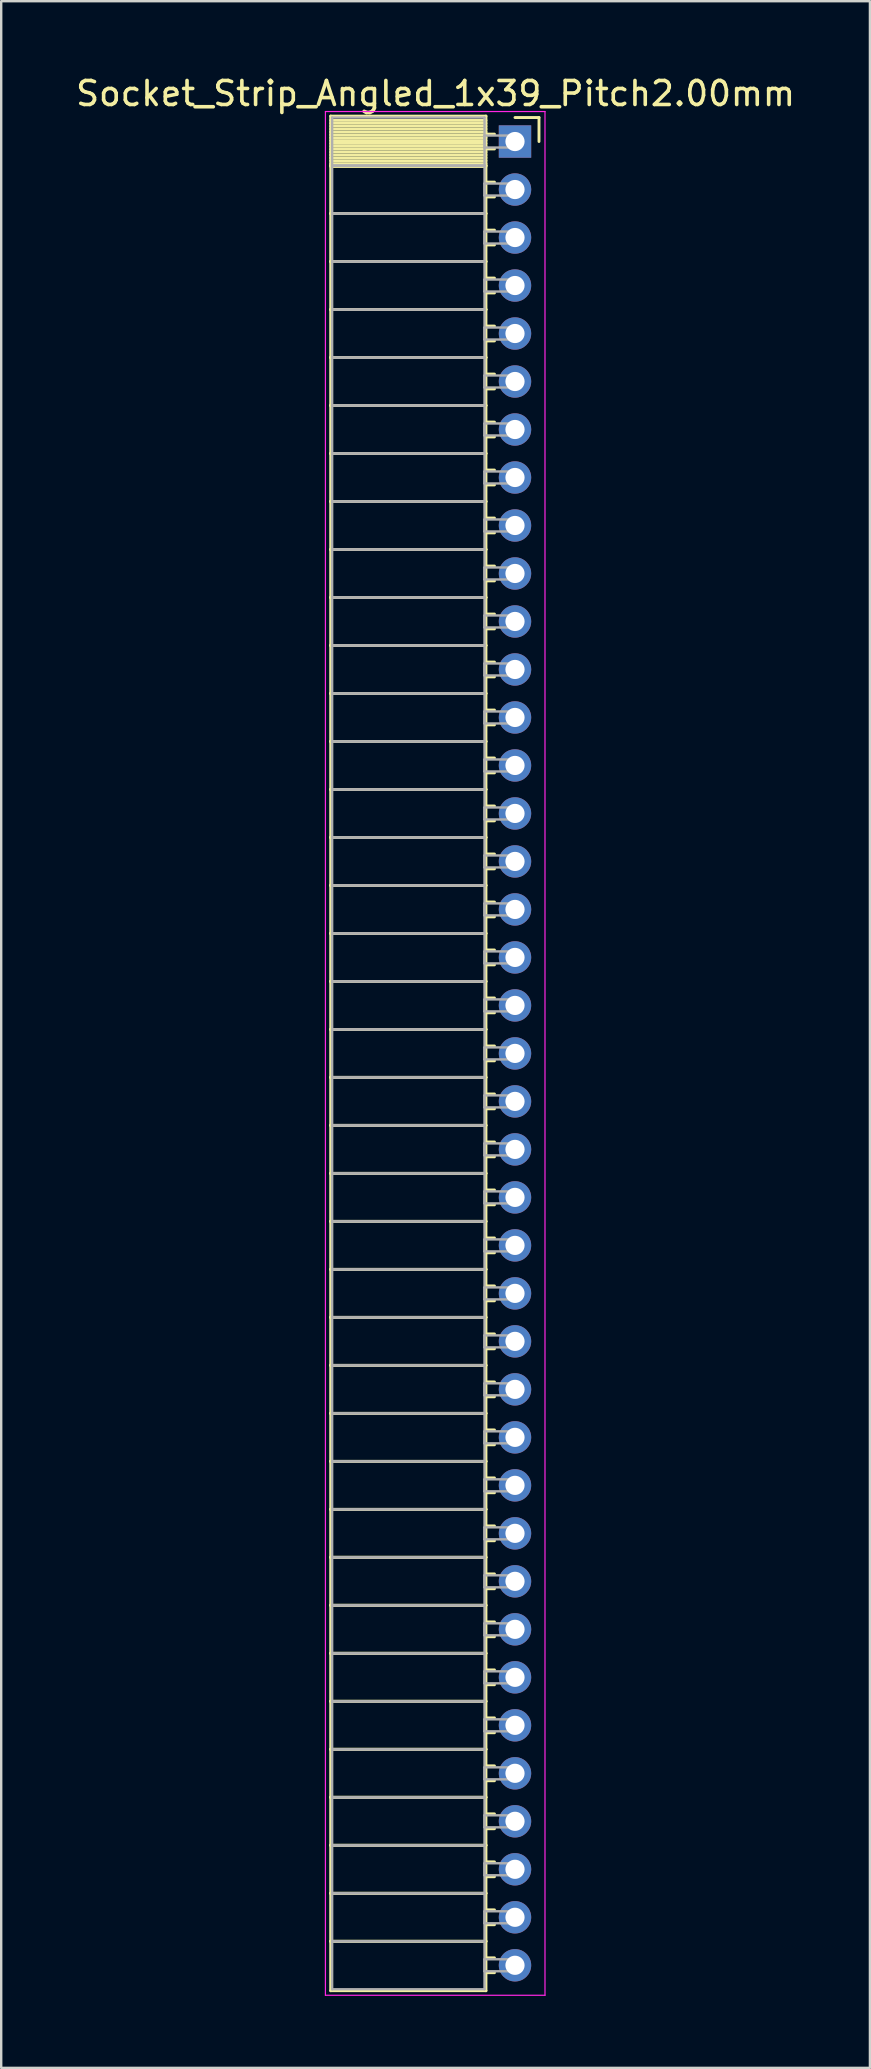
<source format=kicad_pcb>
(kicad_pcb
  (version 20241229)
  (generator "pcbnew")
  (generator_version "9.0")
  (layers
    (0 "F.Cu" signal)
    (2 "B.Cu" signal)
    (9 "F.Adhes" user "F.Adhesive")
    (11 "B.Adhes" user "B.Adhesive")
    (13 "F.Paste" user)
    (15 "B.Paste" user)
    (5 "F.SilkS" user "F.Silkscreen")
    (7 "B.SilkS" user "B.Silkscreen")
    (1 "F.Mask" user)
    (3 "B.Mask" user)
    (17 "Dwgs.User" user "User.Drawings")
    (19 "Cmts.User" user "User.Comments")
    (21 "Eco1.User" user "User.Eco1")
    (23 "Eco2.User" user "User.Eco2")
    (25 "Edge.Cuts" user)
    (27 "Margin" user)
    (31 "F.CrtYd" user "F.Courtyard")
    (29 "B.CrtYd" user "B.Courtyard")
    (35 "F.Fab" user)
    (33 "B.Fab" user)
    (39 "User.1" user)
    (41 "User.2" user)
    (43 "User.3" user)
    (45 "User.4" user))
  (footprint "Socket_Strip_Angled_1x39_Pitch2.00mm"
    (layer "F.Cu")
    (at 18.411 2.848)
    (property "Reference" "Socket_Strip_Angled_1x39_Pitch2.00mm" (at -3.31 -2 0) (layer "F.SilkS") (effects (font (size 1 1) (thickness 0.15))))
    (attr through_hole)
    (fp_line (start -7.68 -1.06) (end -1.21 -1.06) (stroke (width 0.12) (type solid)) (layer "F.SilkS"))
    (fp_line (start -7.68 1) (end -7.68 -1.06) (stroke (width 0.12) (type solid)) (layer "F.SilkS"))
    (fp_line (start -7.68 1) (end -1.21 1) (stroke (width 0.12) (type solid)) (layer "F.SilkS"))
    (fp_line (start -7.68 3) (end -7.68 1) (stroke (width 0.12) (type solid)) (layer "F.SilkS"))
    (fp_line (start -7.68 3) (end -1.21 3) (stroke (width 0.12) (type solid)) (layer "F.SilkS"))
    (fp_line (start -7.68 5) (end -7.68 3) (stroke (width 0.12) (type solid)) (layer "F.SilkS"))
    (fp_line (start -7.68 5) (end -1.21 5) (stroke (width 0.12) (type solid)) (layer "F.SilkS"))
    (fp_line (start -7.68 7) (end -7.68 5) (stroke (width 0.12) (type solid)) (layer "F.SilkS"))
    (fp_line (start -7.68 7) (end -1.21 7) (stroke (width 0.12) (type solid)) (layer "F.SilkS"))
    (fp_line (start -7.68 9) (end -7.68 7) (stroke (width 0.12) (type solid)) (layer "F.SilkS"))
    (fp_line (start -7.68 9) (end -1.21 9) (stroke (width 0.12) (type solid)) (layer "F.SilkS"))
    (fp_line (start -7.68 11) (end -7.68 9) (stroke (width 0.12) (type solid)) (layer "F.SilkS"))
    (fp_line (start -7.68 11) (end -1.21 11) (stroke (width 0.12) (type solid)) (layer "F.SilkS"))
    (fp_line (start -7.68 13) (end -7.68 11) (stroke (width 0.12) (type solid)) (layer "F.SilkS"))
    (fp_line (start -7.68 13) (end -1.21 13) (stroke (width 0.12) (type solid)) (layer "F.SilkS"))
    (fp_line (start -7.68 15) (end -7.68 13) (stroke (width 0.12) (type solid)) (layer "F.SilkS"))
    (fp_line (start -7.68 15) (end -1.21 15) (stroke (width 0.12) (type solid)) (layer "F.SilkS"))
    (fp_line (start -7.68 17) (end -7.68 15) (stroke (width 0.12) (type solid)) (layer "F.SilkS"))
    (fp_line (start -7.68 17) (end -1.21 17) (stroke (width 0.12) (type solid)) (layer "F.SilkS"))
    (fp_line (start -7.68 19) (end -7.68 17) (stroke (width 0.12) (type solid)) (layer "F.SilkS"))
    (fp_line (start -7.68 19) (end -1.21 19) (stroke (width 0.12) (type solid)) (layer "F.SilkS"))
    (fp_line (start -7.68 21) (end -7.68 19) (stroke (width 0.12) (type solid)) (layer "F.SilkS"))
    (fp_line (start -7.68 21) (end -1.21 21) (stroke (width 0.12) (type solid)) (layer "F.SilkS"))
    (fp_line (start -7.68 23) (end -7.68 21) (stroke (width 0.12) (type solid)) (layer "F.SilkS"))
    (fp_line (start -7.68 23) (end -1.21 23) (stroke (width 0.12) (type solid)) (layer "F.SilkS"))
    (fp_line (start -7.68 25) (end -7.68 23) (stroke (width 0.12) (type solid)) (layer "F.SilkS"))
    (fp_line (start -7.68 25) (end -1.21 25) (stroke (width 0.12) (type solid)) (layer "F.SilkS"))
    (fp_line (start -7.68 27) (end -7.68 25) (stroke (width 0.12) (type solid)) (layer "F.SilkS"))
    (fp_line (start -7.68 27) (end -1.21 27) (stroke (width 0.12) (type solid)) (layer "F.SilkS"))
    (fp_line (start -7.68 29) (end -7.68 27) (stroke (width 0.12) (type solid)) (layer "F.SilkS"))
    (fp_line (start -7.68 29) (end -1.21 29) (stroke (width 0.12) (type solid)) (layer "F.SilkS"))
    (fp_line (start -7.68 31) (end -7.68 29) (stroke (width 0.12) (type solid)) (layer "F.SilkS"))
    (fp_line (start -7.68 31) (end -1.21 31) (stroke (width 0.12) (type solid)) (layer "F.SilkS"))
    (fp_line (start -7.68 33) (end -7.68 31) (stroke (width 0.12) (type solid)) (layer "F.SilkS"))
    (fp_line (start -7.68 33) (end -1.21 33) (stroke (width 0.12) (type solid)) (layer "F.SilkS"))
    (fp_line (start -7.68 35) (end -7.68 33) (stroke (width 0.12) (type solid)) (layer "F.SilkS"))
    (fp_line (start -7.68 35) (end -1.21 35) (stroke (width 0.12) (type solid)) (layer "F.SilkS"))
    (fp_line (start -7.68 37) (end -7.68 35) (stroke (width 0.12) (type solid)) (layer "F.SilkS"))
    (fp_line (start -7.68 37) (end -1.21 37) (stroke (width 0.12) (type solid)) (layer "F.SilkS"))
    (fp_line (start -7.68 39) (end -7.68 37) (stroke (width 0.12) (type solid)) (layer "F.SilkS"))
    (fp_line (start -7.68 39) (end -1.21 39) (stroke (width 0.12) (type solid)) (layer "F.SilkS"))
    (fp_line (start -7.68 41) (end -7.68 39) (stroke (width 0.12) (type solid)) (layer "F.SilkS"))
    (fp_line (start -7.68 41) (end -1.21 41) (stroke (width 0.12) (type solid)) (layer "F.SilkS"))
    (fp_line (start -7.68 43) (end -7.68 41) (stroke (width 0.12) (type solid)) (layer "F.SilkS"))
    (fp_line (start -7.68 43) (end -1.21 43) (stroke (width 0.12) (type solid)) (layer "F.SilkS"))
    (fp_line (start -7.68 45) (end -7.68 43) (stroke (width 0.12) (type solid)) (layer "F.SilkS"))
    (fp_line (start -7.68 45) (end -1.21 45) (stroke (width 0.12) (type solid)) (layer "F.SilkS"))
    (fp_line (start -7.68 47) (end -7.68 45) (stroke (width 0.12) (type solid)) (layer "F.SilkS"))
    (fp_line (start -7.68 47) (end -1.21 47) (stroke (width 0.12) (type solid)) (layer "F.SilkS"))
    (fp_line (start -7.68 49) (end -7.68 47) (stroke (width 0.12) (type solid)) (layer "F.SilkS"))
    (fp_line (start -7.68 49) (end -1.21 49) (stroke (width 0.12) (type solid)) (layer "F.SilkS"))
    (fp_line (start -7.68 51) (end -7.68 49) (stroke (width 0.12) (type solid)) (layer "F.SilkS"))
    (fp_line (start -7.68 51) (end -1.21 51) (stroke (width 0.12) (type solid)) (layer "F.SilkS"))
    (fp_line (start -7.68 53) (end -7.68 51) (stroke (width 0.12) (type solid)) (layer "F.SilkS"))
    (fp_line (start -7.68 53) (end -1.21 53) (stroke (width 0.12) (type solid)) (layer "F.SilkS"))
    (fp_line (start -7.68 55) (end -7.68 53) (stroke (width 0.12) (type solid)) (layer "F.SilkS"))
    (fp_line (start -7.68 55) (end -1.21 55) (stroke (width 0.12) (type solid)) (layer "F.SilkS"))
    (fp_line (start -7.68 57) (end -7.68 55) (stroke (width 0.12) (type solid)) (layer "F.SilkS"))
    (fp_line (start -7.68 57) (end -1.21 57) (stroke (width 0.12) (type solid)) (layer "F.SilkS"))
    (fp_line (start -7.68 59) (end -7.68 57) (stroke (width 0.12) (type solid)) (layer "F.SilkS"))
    (fp_line (start -7.68 59) (end -1.21 59) (stroke (width 0.12) (type solid)) (layer "F.SilkS"))
    (fp_line (start -7.68 61) (end -7.68 59) (stroke (width 0.12) (type solid)) (layer "F.SilkS"))
    (fp_line (start -7.68 61) (end -1.21 61) (stroke (width 0.12) (type solid)) (layer "F.SilkS"))
    (fp_line (start -7.68 63) (end -7.68 61) (stroke (width 0.12) (type solid)) (layer "F.SilkS"))
    (fp_line (start -7.68 63) (end -1.21 63) (stroke (width 0.12) (type solid)) (layer "F.SilkS"))
    (fp_line (start -7.68 65) (end -7.68 63) (stroke (width 0.12) (type solid)) (layer "F.SilkS"))
    (fp_line (start -7.68 65) (end -1.21 65) (stroke (width 0.12) (type solid)) (layer "F.SilkS"))
    (fp_line (start -7.68 67) (end -7.68 65) (stroke (width 0.12) (type solid)) (layer "F.SilkS"))
    (fp_line (start -7.68 67) (end -1.21 67) (stroke (width 0.12) (type solid)) (layer "F.SilkS"))
    (fp_line (start -7.68 69) (end -7.68 67) (stroke (width 0.12) (type solid)) (layer "F.SilkS"))
    (fp_line (start -7.68 69) (end -1.21 69) (stroke (width 0.12) (type solid)) (layer "F.SilkS"))
    (fp_line (start -7.68 71) (end -7.68 69) (stroke (width 0.12) (type solid)) (layer "F.SilkS"))
    (fp_line (start -7.68 71) (end -1.21 71) (stroke (width 0.12) (type solid)) (layer "F.SilkS"))
    (fp_line (start -7.68 73) (end -7.68 71) (stroke (width 0.12) (type solid)) (layer "F.SilkS"))
    (fp_line (start -7.68 73) (end -1.21 73) (stroke (width 0.12) (type solid)) (layer "F.SilkS"))
    (fp_line (start -7.68 75) (end -7.68 73) (stroke (width 0.12) (type solid)) (layer "F.SilkS"))
    (fp_line (start -7.68 75) (end -1.21 75) (stroke (width 0.12) (type solid)) (layer "F.SilkS"))
    (fp_line (start -7.68 77.06) (end -7.68 75) (stroke (width 0.12) (type solid)) (layer "F.SilkS"))
    (fp_line (start -1.21 -1.06) (end -1.21 1) (stroke (width 0.12) (type solid)) (layer "F.SilkS"))
    (fp_line (start -1.21 -0.88) (end -7.68 -0.88) (stroke (width 0.12) (type solid)) (layer "F.SilkS"))
    (fp_line (start -1.21 -0.76) (end -7.68 -0.76) (stroke (width 0.12) (type solid)) (layer "F.SilkS"))
    (fp_line (start -1.21 -0.64) (end -7.68 -0.64) (stroke (width 0.12) (type solid)) (layer "F.SilkS"))
    (fp_line (start -1.21 -0.52) (end -7.68 -0.52) (stroke (width 0.12) (type solid)) (layer "F.SilkS"))
    (fp_line (start -1.21 -0.4) (end -7.68 -0.4) (stroke (width 0.12) (type solid)) (layer "F.SilkS"))
    (fp_line (start -1.21 -0.28) (end -7.68 -0.28) (stroke (width 0.12) (type solid)) (layer "F.SilkS"))
    (fp_line (start -1.21 -0.16) (end -7.68 -0.16) (stroke (width 0.12) (type solid)) (layer "F.SilkS"))
    (fp_line (start -1.21 -0.04) (end -7.68 -0.04) (stroke (width 0.12) (type solid)) (layer "F.SilkS"))
    (fp_line (start -1.21 0.08) (end -7.68 0.08) (stroke (width 0.12) (type solid)) (layer "F.SilkS"))
    (fp_line (start -1.21 0.2) (end -7.68 0.2) (stroke (width 0.12) (type solid)) (layer "F.SilkS"))
    (fp_line (start -1.21 0.32) (end -7.68 0.32) (stroke (width 0.12) (type solid)) (layer "F.SilkS"))
    (fp_line (start -1.21 0.44) (end -7.68 0.44) (stroke (width 0.12) (type solid)) (layer "F.SilkS"))
    (fp_line (start -1.21 0.56) (end -7.68 0.56) (stroke (width 0.12) (type solid)) (layer "F.SilkS"))
    (fp_line (start -1.21 0.68) (end -7.68 0.68) (stroke (width 0.12) (type solid)) (layer "F.SilkS"))
    (fp_line (start -1.21 0.8) (end -7.68 0.8) (stroke (width 0.12) (type solid)) (layer "F.SilkS"))
    (fp_line (start -1.21 0.92) (end -7.68 0.92) (stroke (width 0.12) (type solid)) (layer "F.SilkS"))
    (fp_line (start -1.21 1) (end -7.68 1) (stroke (width 0.12) (type solid)) (layer "F.SilkS"))
    (fp_line (start -1.21 1) (end -1.21 3) (stroke (width 0.12) (type solid)) (layer "F.SilkS"))
    (fp_line (start -1.21 1.04) (end -7.68 1.04) (stroke (width 0.12) (type solid)) (layer "F.SilkS"))
    (fp_line (start -1.21 3) (end -7.68 3) (stroke (width 0.12) (type solid)) (layer "F.SilkS"))
    (fp_line (start -1.21 3) (end -1.21 5) (stroke (width 0.12) (type solid)) (layer "F.SilkS"))
    (fp_line (start -1.21 5) (end -7.68 5) (stroke (width 0.12) (type solid)) (layer "F.SilkS"))
    (fp_line (start -1.21 5) (end -1.21 7) (stroke (width 0.12) (type solid)) (layer "F.SilkS"))
    (fp_line (start -1.21 7) (end -7.68 7) (stroke (width 0.12) (type solid)) (layer "F.SilkS"))
    (fp_line (start -1.21 7) (end -1.21 9) (stroke (width 0.12) (type solid)) (layer "F.SilkS"))
    (fp_line (start -1.21 9) (end -7.68 9) (stroke (width 0.12) (type solid)) (layer "F.SilkS"))
    (fp_line (start -1.21 9) (end -1.21 11) (stroke (width 0.12) (type solid)) (layer "F.SilkS"))
    (fp_line (start -1.21 11) (end -7.68 11) (stroke (width 0.12) (type solid)) (layer "F.SilkS"))
    (fp_line (start -1.21 11) (end -1.21 13) (stroke (width 0.12) (type solid)) (layer "F.SilkS"))
    (fp_line (start -1.21 13) (end -7.68 13) (stroke (width 0.12) (type solid)) (layer "F.SilkS"))
    (fp_line (start -1.21 13) (end -1.21 15) (stroke (width 0.12) (type solid)) (layer "F.SilkS"))
    (fp_line (start -1.21 15) (end -7.68 15) (stroke (width 0.12) (type solid)) (layer "F.SilkS"))
    (fp_line (start -1.21 15) (end -1.21 17) (stroke (width 0.12) (type solid)) (layer "F.SilkS"))
    (fp_line (start -1.21 17) (end -7.68 17) (stroke (width 0.12) (type solid)) (layer "F.SilkS"))
    (fp_line (start -1.21 17) (end -1.21 19) (stroke (width 0.12) (type solid)) (layer "F.SilkS"))
    (fp_line (start -1.21 19) (end -7.68 19) (stroke (width 0.12) (type solid)) (layer "F.SilkS"))
    (fp_line (start -1.21 19) (end -1.21 21) (stroke (width 0.12) (type solid)) (layer "F.SilkS"))
    (fp_line (start -1.21 21) (end -7.68 21) (stroke (width 0.12) (type solid)) (layer "F.SilkS"))
    (fp_line (start -1.21 21) (end -1.21 23) (stroke (width 0.12) (type solid)) (layer "F.SilkS"))
    (fp_line (start -1.21 23) (end -7.68 23) (stroke (width 0.12) (type solid)) (layer "F.SilkS"))
    (fp_line (start -1.21 23) (end -1.21 25) (stroke (width 0.12) (type solid)) (layer "F.SilkS"))
    (fp_line (start -1.21 25) (end -7.68 25) (stroke (width 0.12) (type solid)) (layer "F.SilkS"))
    (fp_line (start -1.21 25) (end -1.21 27) (stroke (width 0.12) (type solid)) (layer "F.SilkS"))
    (fp_line (start -1.21 27) (end -7.68 27) (stroke (width 0.12) (type solid)) (layer "F.SilkS"))
    (fp_line (start -1.21 27) (end -1.21 29) (stroke (width 0.12) (type solid)) (layer "F.SilkS"))
    (fp_line (start -1.21 29) (end -7.68 29) (stroke (width 0.12) (type solid)) (layer "F.SilkS"))
    (fp_line (start -1.21 29) (end -1.21 31) (stroke (width 0.12) (type solid)) (layer "F.SilkS"))
    (fp_line (start -1.21 31) (end -7.68 31) (stroke (width 0.12) (type solid)) (layer "F.SilkS"))
    (fp_line (start -1.21 31) (end -1.21 33) (stroke (width 0.12) (type solid)) (layer "F.SilkS"))
    (fp_line (start -1.21 33) (end -7.68 33) (stroke (width 0.12) (type solid)) (layer "F.SilkS"))
    (fp_line (start -1.21 33) (end -1.21 35) (stroke (width 0.12) (type solid)) (layer "F.SilkS"))
    (fp_line (start -1.21 35) (end -7.68 35) (stroke (width 0.12) (type solid)) (layer "F.SilkS"))
    (fp_line (start -1.21 35) (end -1.21 37) (stroke (width 0.12) (type solid)) (layer "F.SilkS"))
    (fp_line (start -1.21 37) (end -7.68 37) (stroke (width 0.12) (type solid)) (layer "F.SilkS"))
    (fp_line (start -1.21 37) (end -1.21 39) (stroke (width 0.12) (type solid)) (layer "F.SilkS"))
    (fp_line (start -1.21 39) (end -7.68 39) (stroke (width 0.12) (type solid)) (layer "F.SilkS"))
    (fp_line (start -1.21 39) (end -1.21 41) (stroke (width 0.12) (type solid)) (layer "F.SilkS"))
    (fp_line (start -1.21 41) (end -7.68 41) (stroke (width 0.12) (type solid)) (layer "F.SilkS"))
    (fp_line (start -1.21 41) (end -1.21 43) (stroke (width 0.12) (type solid)) (layer "F.SilkS"))
    (fp_line (start -1.21 43) (end -7.68 43) (stroke (width 0.12) (type solid)) (layer "F.SilkS"))
    (fp_line (start -1.21 43) (end -1.21 45) (stroke (width 0.12) (type solid)) (layer "F.SilkS"))
    (fp_line (start -1.21 45) (end -7.68 45) (stroke (width 0.12) (type solid)) (layer "F.SilkS"))
    (fp_line (start -1.21 45) (end -1.21 47) (stroke (width 0.12) (type solid)) (layer "F.SilkS"))
    (fp_line (start -1.21 47) (end -7.68 47) (stroke (width 0.12) (type solid)) (layer "F.SilkS"))
    (fp_line (start -1.21 47) (end -1.21 49) (stroke (width 0.12) (type solid)) (layer "F.SilkS"))
    (fp_line (start -1.21 49) (end -7.68 49) (stroke (width 0.12) (type solid)) (layer "F.SilkS"))
    (fp_line (start -1.21 49) (end -1.21 51) (stroke (width 0.12) (type solid)) (layer "F.SilkS"))
    (fp_line (start -1.21 51) (end -7.68 51) (stroke (width 0.12) (type solid)) (layer "F.SilkS"))
    (fp_line (start -1.21 51) (end -1.21 53) (stroke (width 0.12) (type solid)) (layer "F.SilkS"))
    (fp_line (start -1.21 53) (end -7.68 53) (stroke (width 0.12) (type solid)) (layer "F.SilkS"))
    (fp_line (start -1.21 53) (end -1.21 55) (stroke (width 0.12) (type solid)) (layer "F.SilkS"))
    (fp_line (start -1.21 55) (end -7.68 55) (stroke (width 0.12) (type solid)) (layer "F.SilkS"))
    (fp_line (start -1.21 55) (end -1.21 57) (stroke (width 0.12) (type solid)) (layer "F.SilkS"))
    (fp_line (start -1.21 57) (end -7.68 57) (stroke (width 0.12) (type solid)) (layer "F.SilkS"))
    (fp_line (start -1.21 57) (end -1.21 59) (stroke (width 0.12) (type solid)) (layer "F.SilkS"))
    (fp_line (start -1.21 59) (end -7.68 59) (stroke (width 0.12) (type solid)) (layer "F.SilkS"))
    (fp_line (start -1.21 59) (end -1.21 61) (stroke (width 0.12) (type solid)) (layer "F.SilkS"))
    (fp_line (start -1.21 61) (end -7.68 61) (stroke (width 0.12) (type solid)) (layer "F.SilkS"))
    (fp_line (start -1.21 61) (end -1.21 63) (stroke (width 0.12) (type solid)) (layer "F.SilkS"))
    (fp_line (start -1.21 63) (end -7.68 63) (stroke (width 0.12) (type solid)) (layer "F.SilkS"))
    (fp_line (start -1.21 63) (end -1.21 65) (stroke (width 0.12) (type solid)) (layer "F.SilkS"))
    (fp_line (start -1.21 65) (end -7.68 65) (stroke (width 0.12) (type solid)) (layer "F.SilkS"))
    (fp_line (start -1.21 65) (end -1.21 67) (stroke (width 0.12) (type solid)) (layer "F.SilkS"))
    (fp_line (start -1.21 67) (end -7.68 67) (stroke (width 0.12) (type solid)) (layer "F.SilkS"))
    (fp_line (start -1.21 67) (end -1.21 69) (stroke (width 0.12) (type solid)) (layer "F.SilkS"))
    (fp_line (start -1.21 69) (end -7.68 69) (stroke (width 0.12) (type solid)) (layer "F.SilkS"))
    (fp_line (start -1.21 69) (end -1.21 71) (stroke (width 0.12) (type solid)) (layer "F.SilkS"))
    (fp_line (start -1.21 71) (end -7.68 71) (stroke (width 0.12) (type solid)) (layer "F.SilkS"))
    (fp_line (start -1.21 71) (end -1.21 73) (stroke (width 0.12) (type solid)) (layer "F.SilkS"))
    (fp_line (start -1.21 73) (end -7.68 73) (stroke (width 0.12) (type solid)) (layer "F.SilkS"))
    (fp_line (start -1.21 73) (end -1.21 75) (stroke (width 0.12) (type solid)) (layer "F.SilkS"))
    (fp_line (start -1.21 75) (end -7.68 75) (stroke (width 0.12) (type solid)) (layer "F.SilkS"))
    (fp_line (start -1.21 75) (end -1.21 77.06) (stroke (width 0.12) (type solid)) (layer "F.SilkS"))
    (fp_line (start -1.21 77.06) (end -7.68 77.06) (stroke (width 0.12) (type solid)) (layer "F.SilkS"))
    (fp_line (start -0.855 -0.31) (end -1.21 -0.31) (stroke (width 0.12) (type solid)) (layer "F.SilkS"))
    (fp_line (start -0.855 0.31) (end -1.21 0.31) (stroke (width 0.12) (type solid)) (layer "F.SilkS"))
    (fp_line (start -0.855 1.69) (end -1.21 1.69) (stroke (width 0.12) (type solid)) (layer "F.SilkS"))
    (fp_line (start -0.855 2.31) (end -1.21 2.31) (stroke (width 0.12) (type solid)) (layer "F.SilkS"))
    (fp_line (start -0.855 3.69) (end -1.21 3.69) (stroke (width 0.12) (type solid)) (layer "F.SilkS"))
    (fp_line (start -0.855 4.31) (end -1.21 4.31) (stroke (width 0.12) (type solid)) (layer "F.SilkS"))
    (fp_line (start -0.855 5.69) (end -1.21 5.69) (stroke (width 0.12) (type solid)) (layer "F.SilkS"))
    (fp_line (start -0.855 6.31) (end -1.21 6.31) (stroke (width 0.12) (type solid)) (layer "F.SilkS"))
    (fp_line (start -0.855 7.69) (end -1.21 7.69) (stroke (width 0.12) (type solid)) (layer "F.SilkS"))
    (fp_line (start -0.855 8.31) (end -1.21 8.31) (stroke (width 0.12) (type solid)) (layer "F.SilkS"))
    (fp_line (start -0.855 9.69) (end -1.21 9.69) (stroke (width 0.12) (type solid)) (layer "F.SilkS"))
    (fp_line (start -0.855 10.31) (end -1.21 10.31) (stroke (width 0.12) (type solid)) (layer "F.SilkS"))
    (fp_line (start -0.855 11.69) (end -1.21 11.69) (stroke (width 0.12) (type solid)) (layer "F.SilkS"))
    (fp_line (start -0.855 12.31) (end -1.21 12.31) (stroke (width 0.12) (type solid)) (layer "F.SilkS"))
    (fp_line (start -0.855 13.69) (end -1.21 13.69) (stroke (width 0.12) (type solid)) (layer "F.SilkS"))
    (fp_line (start -0.855 14.31) (end -1.21 14.31) (stroke (width 0.12) (type solid)) (layer "F.SilkS"))
    (fp_line (start -0.855 15.69) (end -1.21 15.69) (stroke (width 0.12) (type solid)) (layer "F.SilkS"))
    (fp_line (start -0.855 16.31) (end -1.21 16.31) (stroke (width 0.12) (type solid)) (layer "F.SilkS"))
    (fp_line (start -0.855 17.69) (end -1.21 17.69) (stroke (width 0.12) (type solid)) (layer "F.SilkS"))
    (fp_line (start -0.855 18.31) (end -1.21 18.31) (stroke (width 0.12) (type solid)) (layer "F.SilkS"))
    (fp_line (start -0.855 19.69) (end -1.21 19.69) (stroke (width 0.12) (type solid)) (layer "F.SilkS"))
    (fp_line (start -0.855 20.31) (end -1.21 20.31) (stroke (width 0.12) (type solid)) (layer "F.SilkS"))
    (fp_line (start -0.855 21.69) (end -1.21 21.69) (stroke (width 0.12) (type solid)) (layer "F.SilkS"))
    (fp_line (start -0.855 22.31) (end -1.21 22.31) (stroke (width 0.12) (type solid)) (layer "F.SilkS"))
    (fp_line (start -0.855 23.69) (end -1.21 23.69) (stroke (width 0.12) (type solid)) (layer "F.SilkS"))
    (fp_line (start -0.855 24.31) (end -1.21 24.31) (stroke (width 0.12) (type solid)) (layer "F.SilkS"))
    (fp_line (start -0.855 25.69) (end -1.21 25.69) (stroke (width 0.12) (type solid)) (layer "F.SilkS"))
    (fp_line (start -0.855 26.31) (end -1.21 26.31) (stroke (width 0.12) (type solid)) (layer "F.SilkS"))
    (fp_line (start -0.855 27.69) (end -1.21 27.69) (stroke (width 0.12) (type solid)) (layer "F.SilkS"))
    (fp_line (start -0.855 28.31) (end -1.21 28.31) (stroke (width 0.12) (type solid)) (layer "F.SilkS"))
    (fp_line (start -0.855 29.69) (end -1.21 29.69) (stroke (width 0.12) (type solid)) (layer "F.SilkS"))
    (fp_line (start -0.855 30.31) (end -1.21 30.31) (stroke (width 0.12) (type solid)) (layer "F.SilkS"))
    (fp_line (start -0.855 31.69) (end -1.21 31.69) (stroke (width 0.12) (type solid)) (layer "F.SilkS"))
    (fp_line (start -0.855 32.31) (end -1.21 32.31) (stroke (width 0.12) (type solid)) (layer "F.SilkS"))
    (fp_line (start -0.855 33.69) (end -1.21 33.69) (stroke (width 0.12) (type solid)) (layer "F.SilkS"))
    (fp_line (start -0.855 34.31) (end -1.21 34.31) (stroke (width 0.12) (type solid)) (layer "F.SilkS"))
    (fp_line (start -0.855 35.69) (end -1.21 35.69) (stroke (width 0.12) (type solid)) (layer "F.SilkS"))
    (fp_line (start -0.855 36.31) (end -1.21 36.31) (stroke (width 0.12) (type solid)) (layer "F.SilkS"))
    (fp_line (start -0.855 37.69) (end -1.21 37.69) (stroke (width 0.12) (type solid)) (layer "F.SilkS"))
    (fp_line (start -0.855 38.31) (end -1.21 38.31) (stroke (width 0.12) (type solid)) (layer "F.SilkS"))
    (fp_line (start -0.855 39.69) (end -1.21 39.69) (stroke (width 0.12) (type solid)) (layer "F.SilkS"))
    (fp_line (start -0.855 40.31) (end -1.21 40.31) (stroke (width 0.12) (type solid)) (layer "F.SilkS"))
    (fp_line (start -0.855 41.69) (end -1.21 41.69) (stroke (width 0.12) (type solid)) (layer "F.SilkS"))
    (fp_line (start -0.855 42.31) (end -1.21 42.31) (stroke (width 0.12) (type solid)) (layer "F.SilkS"))
    (fp_line (start -0.855 43.69) (end -1.21 43.69) (stroke (width 0.12) (type solid)) (layer "F.SilkS"))
    (fp_line (start -0.855 44.31) (end -1.21 44.31) (stroke (width 0.12) (type solid)) (layer "F.SilkS"))
    (fp_line (start -0.855 45.69) (end -1.21 45.69) (stroke (width 0.12) (type solid)) (layer "F.SilkS"))
    (fp_line (start -0.855 46.31) (end -1.21 46.31) (stroke (width 0.12) (type solid)) (layer "F.SilkS"))
    (fp_line (start -0.855 47.69) (end -1.21 47.69) (stroke (width 0.12) (type solid)) (layer "F.SilkS"))
    (fp_line (start -0.855 48.31) (end -1.21 48.31) (stroke (width 0.12) (type solid)) (layer "F.SilkS"))
    (fp_line (start -0.855 49.69) (end -1.21 49.69) (stroke (width 0.12) (type solid)) (layer "F.SilkS"))
    (fp_line (start -0.855 50.31) (end -1.21 50.31) (stroke (width 0.12) (type solid)) (layer "F.SilkS"))
    (fp_line (start -0.855 51.69) (end -1.21 51.69) (stroke (width 0.12) (type solid)) (layer "F.SilkS"))
    (fp_line (start -0.855 52.31) (end -1.21 52.31) (stroke (width 0.12) (type solid)) (layer "F.SilkS"))
    (fp_line (start -0.855 53.69) (end -1.21 53.69) (stroke (width 0.12) (type solid)) (layer "F.SilkS"))
    (fp_line (start -0.855 54.31) (end -1.21 54.31) (stroke (width 0.12) (type solid)) (layer "F.SilkS"))
    (fp_line (start -0.855 55.69) (end -1.21 55.69) (stroke (width 0.12) (type solid)) (layer "F.SilkS"))
    (fp_line (start -0.855 56.31) (end -1.21 56.31) (stroke (width 0.12) (type solid)) (layer "F.SilkS"))
    (fp_line (start -0.855 57.69) (end -1.21 57.69) (stroke (width 0.12) (type solid)) (layer "F.SilkS"))
    (fp_line (start -0.855 58.31) (end -1.21 58.31) (stroke (width 0.12) (type solid)) (layer "F.SilkS"))
    (fp_line (start -0.855 59.69) (end -1.21 59.69) (stroke (width 0.12) (type solid)) (layer "F.SilkS"))
    (fp_line (start -0.855 60.31) (end -1.21 60.31) (stroke (width 0.12) (type solid)) (layer "F.SilkS"))
    (fp_line (start -0.855 61.69) (end -1.21 61.69) (stroke (width 0.12) (type solid)) (layer "F.SilkS"))
    (fp_line (start -0.855 62.31) (end -1.21 62.31) (stroke (width 0.12) (type solid)) (layer "F.SilkS"))
    (fp_line (start -0.855 63.69) (end -1.21 63.69) (stroke (width 0.12) (type solid)) (layer "F.SilkS"))
    (fp_line (start -0.855 64.31) (end -1.21 64.31) (stroke (width 0.12) (type solid)) (layer "F.SilkS"))
    (fp_line (start -0.855 65.69) (end -1.21 65.69) (stroke (width 0.12) (type solid)) (layer "F.SilkS"))
    (fp_line (start -0.855 66.31) (end -1.21 66.31) (stroke (width 0.12) (type solid)) (layer "F.SilkS"))
    (fp_line (start -0.855 67.69) (end -1.21 67.69) (stroke (width 0.12) (type solid)) (layer "F.SilkS"))
    (fp_line (start -0.855 68.31) (end -1.21 68.31) (stroke (width 0.12) (type solid)) (layer "F.SilkS"))
    (fp_line (start -0.855 69.69) (end -1.21 69.69) (stroke (width 0.12) (type solid)) (layer "F.SilkS"))
    (fp_line (start -0.855 70.31) (end -1.21 70.31) (stroke (width 0.12) (type solid)) (layer "F.SilkS"))
    (fp_line (start -0.855 71.69) (end -1.21 71.69) (stroke (width 0.12) (type solid)) (layer "F.SilkS"))
    (fp_line (start -0.855 72.31) (end -1.21 72.31) (stroke (width 0.12) (type solid)) (layer "F.SilkS"))
    (fp_line (start -0.855 73.69) (end -1.21 73.69) (stroke (width 0.12) (type solid)) (layer "F.SilkS"))
    (fp_line (start -0.855 74.31) (end -1.21 74.31) (stroke (width 0.12) (type solid)) (layer "F.SilkS"))
    (fp_line (start -0.855 75.69) (end -1.21 75.69) (stroke (width 0.12) (type solid)) (layer "F.SilkS"))
    (fp_line (start -0.855 76.31) (end -1.21 76.31) (stroke (width 0.12) (type solid)) (layer "F.SilkS"))
    (fp_line (start 0 -1) (end 1 -1) (stroke (width 0.12) (type solid)) (layer "F.SilkS"))
    (fp_line (start 1 -1) (end 1 0) (stroke (width 0.12) (type solid)) (layer "F.SilkS"))
    (fp_line (start -7.9 -1.25) (end 1.25 -1.25) (stroke (width 0.05) (type solid)) (layer "F.CrtYd"))
    (fp_line (start -7.9 77.25) (end -7.9 -1.25) (stroke (width 0.05) (type solid)) (layer "F.CrtYd"))
    (fp_line (start 1.25 -1.25) (end 1.25 77.25) (stroke (width 0.05) (type solid)) (layer "F.CrtYd"))
    (fp_line (start 1.25 77.25) (end -7.9 77.25) (stroke (width 0.05) (type solid)) (layer "F.CrtYd"))
    (fp_line (start -7.62 -1) (end -1.27 -1) (stroke (width 0.1) (type solid)) (layer "F.Fab"))
    (fp_line (start -7.62 1) (end -7.62 -1) (stroke (width 0.1) (type solid)) (layer "F.Fab"))
    (fp_line (start -7.62 1) (end -1.27 1) (stroke (width 0.1) (type solid)) (layer "F.Fab"))
    (fp_line (start -7.62 3) (end -7.62 1) (stroke (width 0.1) (type solid)) (layer "F.Fab"))
    (fp_line (start -7.62 3) (end -1.27 3) (stroke (width 0.1) (type solid)) (layer "F.Fab"))
    (fp_line (start -7.62 5) (end -7.62 3) (stroke (width 0.1) (type solid)) (layer "F.Fab"))
    (fp_line (start -7.62 5) (end -1.27 5) (stroke (width 0.1) (type solid)) (layer "F.Fab"))
    (fp_line (start -7.62 7) (end -7.62 5) (stroke (width 0.1) (type solid)) (layer "F.Fab"))
    (fp_line (start -7.62 7) (end -1.27 7) (stroke (width 0.1) (type solid)) (layer "F.Fab"))
    (fp_line (start -7.62 9) (end -7.62 7) (stroke (width 0.1) (type solid)) (layer "F.Fab"))
    (fp_line (start -7.62 9) (end -1.27 9) (stroke (width 0.1) (type solid)) (layer "F.Fab"))
    (fp_line (start -7.62 11) (end -7.62 9) (stroke (width 0.1) (type solid)) (layer "F.Fab"))
    (fp_line (start -7.62 11) (end -1.27 11) (stroke (width 0.1) (type solid)) (layer "F.Fab"))
    (fp_line (start -7.62 13) (end -7.62 11) (stroke (width 0.1) (type solid)) (layer "F.Fab"))
    (fp_line (start -7.62 13) (end -1.27 13) (stroke (width 0.1) (type solid)) (layer "F.Fab"))
    (fp_line (start -7.62 15) (end -7.62 13) (stroke (width 0.1) (type solid)) (layer "F.Fab"))
    (fp_line (start -7.62 15) (end -1.27 15) (stroke (width 0.1) (type solid)) (layer "F.Fab"))
    (fp_line (start -7.62 17) (end -7.62 15) (stroke (width 0.1) (type solid)) (layer "F.Fab"))
    (fp_line (start -7.62 17) (end -1.27 17) (stroke (width 0.1) (type solid)) (layer "F.Fab"))
    (fp_line (start -7.62 19) (end -7.62 17) (stroke (width 0.1) (type solid)) (layer "F.Fab"))
    (fp_line (start -7.62 19) (end -1.27 19) (stroke (width 0.1) (type solid)) (layer "F.Fab"))
    (fp_line (start -7.62 21) (end -7.62 19) (stroke (width 0.1) (type solid)) (layer "F.Fab"))
    (fp_line (start -7.62 21) (end -1.27 21) (stroke (width 0.1) (type solid)) (layer "F.Fab"))
    (fp_line (start -7.62 23) (end -7.62 21) (stroke (width 0.1) (type solid)) (layer "F.Fab"))
    (fp_line (start -7.62 23) (end -1.27 23) (stroke (width 0.1) (type solid)) (layer "F.Fab"))
    (fp_line (start -7.62 25) (end -7.62 23) (stroke (width 0.1) (type solid)) (layer "F.Fab"))
    (fp_line (start -7.62 25) (end -1.27 25) (stroke (width 0.1) (type solid)) (layer "F.Fab"))
    (fp_line (start -7.62 27) (end -7.62 25) (stroke (width 0.1) (type solid)) (layer "F.Fab"))
    (fp_line (start -7.62 27) (end -1.27 27) (stroke (width 0.1) (type solid)) (layer "F.Fab"))
    (fp_line (start -7.62 29) (end -7.62 27) (stroke (width 0.1) (type solid)) (layer "F.Fab"))
    (fp_line (start -7.62 29) (end -1.27 29) (stroke (width 0.1) (type solid)) (layer "F.Fab"))
    (fp_line (start -7.62 31) (end -7.62 29) (stroke (width 0.1) (type solid)) (layer "F.Fab"))
    (fp_line (start -7.62 31) (end -1.27 31) (stroke (width 0.1) (type solid)) (layer "F.Fab"))
    (fp_line (start -7.62 33) (end -7.62 31) (stroke (width 0.1) (type solid)) (layer "F.Fab"))
    (fp_line (start -7.62 33) (end -1.27 33) (stroke (width 0.1) (type solid)) (layer "F.Fab"))
    (fp_line (start -7.62 35) (end -7.62 33) (stroke (width 0.1) (type solid)) (layer "F.Fab"))
    (fp_line (start -7.62 35) (end -1.27 35) (stroke (width 0.1) (type solid)) (layer "F.Fab"))
    (fp_line (start -7.62 37) (end -7.62 35) (stroke (width 0.1) (type solid)) (layer "F.Fab"))
    (fp_line (start -7.62 37) (end -1.27 37) (stroke (width 0.1) (type solid)) (layer "F.Fab"))
    (fp_line (start -7.62 39) (end -7.62 37) (stroke (width 0.1) (type solid)) (layer "F.Fab"))
    (fp_line (start -7.62 39) (end -1.27 39) (stroke (width 0.1) (type solid)) (layer "F.Fab"))
    (fp_line (start -7.62 41) (end -7.62 39) (stroke (width 0.1) (type solid)) (layer "F.Fab"))
    (fp_line (start -7.62 41) (end -1.27 41) (stroke (width 0.1) (type solid)) (layer "F.Fab"))
    (fp_line (start -7.62 43) (end -7.62 41) (stroke (width 0.1) (type solid)) (layer "F.Fab"))
    (fp_line (start -7.62 43) (end -1.27 43) (stroke (width 0.1) (type solid)) (layer "F.Fab"))
    (fp_line (start -7.62 45) (end -7.62 43) (stroke (width 0.1) (type solid)) (layer "F.Fab"))
    (fp_line (start -7.62 45) (end -1.27 45) (stroke (width 0.1) (type solid)) (layer "F.Fab"))
    (fp_line (start -7.62 47) (end -7.62 45) (stroke (width 0.1) (type solid)) (layer "F.Fab"))
    (fp_line (start -7.62 47) (end -1.27 47) (stroke (width 0.1) (type solid)) (layer "F.Fab"))
    (fp_line (start -7.62 49) (end -7.62 47) (stroke (width 0.1) (type solid)) (layer "F.Fab"))
    (fp_line (start -7.62 49) (end -1.27 49) (stroke (width 0.1) (type solid)) (layer "F.Fab"))
    (fp_line (start -7.62 51) (end -7.62 49) (stroke (width 0.1) (type solid)) (layer "F.Fab"))
    (fp_line (start -7.62 51) (end -1.27 51) (stroke (width 0.1) (type solid)) (layer "F.Fab"))
    (fp_line (start -7.62 53) (end -7.62 51) (stroke (width 0.1) (type solid)) (layer "F.Fab"))
    (fp_line (start -7.62 53) (end -1.27 53) (stroke (width 0.1) (type solid)) (layer "F.Fab"))
    (fp_line (start -7.62 55) (end -7.62 53) (stroke (width 0.1) (type solid)) (layer "F.Fab"))
    (fp_line (start -7.62 55) (end -1.27 55) (stroke (width 0.1) (type solid)) (layer "F.Fab"))
    (fp_line (start -7.62 57) (end -7.62 55) (stroke (width 0.1) (type solid)) (layer "F.Fab"))
    (fp_line (start -7.62 57) (end -1.27 57) (stroke (width 0.1) (type solid)) (layer "F.Fab"))
    (fp_line (start -7.62 59) (end -7.62 57) (stroke (width 0.1) (type solid)) (layer "F.Fab"))
    (fp_line (start -7.62 59) (end -1.27 59) (stroke (width 0.1) (type solid)) (layer "F.Fab"))
    (fp_line (start -7.62 61) (end -7.62 59) (stroke (width 0.1) (type solid)) (layer "F.Fab"))
    (fp_line (start -7.62 61) (end -1.27 61) (stroke (width 0.1) (type solid)) (layer "F.Fab"))
    (fp_line (start -7.62 63) (end -7.62 61) (stroke (width 0.1) (type solid)) (layer "F.Fab"))
    (fp_line (start -7.62 63) (end -1.27 63) (stroke (width 0.1) (type solid)) (layer "F.Fab"))
    (fp_line (start -7.62 65) (end -7.62 63) (stroke (width 0.1) (type solid)) (layer "F.Fab"))
    (fp_line (start -7.62 65) (end -1.27 65) (stroke (width 0.1) (type solid)) (layer "F.Fab"))
    (fp_line (start -7.62 67) (end -7.62 65) (stroke (width 0.1) (type solid)) (layer "F.Fab"))
    (fp_line (start -7.62 67) (end -1.27 67) (stroke (width 0.1) (type solid)) (layer "F.Fab"))
    (fp_line (start -7.62 69) (end -7.62 67) (stroke (width 0.1) (type solid)) (layer "F.Fab"))
    (fp_line (start -7.62 69) (end -1.27 69) (stroke (width 0.1) (type solid)) (layer "F.Fab"))
    (fp_line (start -7.62 71) (end -7.62 69) (stroke (width 0.1) (type solid)) (layer "F.Fab"))
    (fp_line (start -7.62 71) (end -1.27 71) (stroke (width 0.1) (type solid)) (layer "F.Fab"))
    (fp_line (start -7.62 73) (end -7.62 71) (stroke (width 0.1) (type solid)) (layer "F.Fab"))
    (fp_line (start -7.62 73) (end -1.27 73) (stroke (width 0.1) (type solid)) (layer "F.Fab"))
    (fp_line (start -7.62 75) (end -7.62 73) (stroke (width 0.1) (type solid)) (layer "F.Fab"))
    (fp_line (start -7.62 75) (end -1.27 75) (stroke (width 0.1) (type solid)) (layer "F.Fab"))
    (fp_line (start -7.62 77) (end -7.62 75) (stroke (width 0.1) (type solid)) (layer "F.Fab"))
    (fp_line (start -1.27 -1) (end -1.27 1) (stroke (width 0.1) (type solid)) (layer "F.Fab"))
    (fp_line (start -1.27 -0.25) (end 0 -0.25) (stroke (width 0.1) (type solid)) (layer "F.Fab"))
    (fp_line (start -1.27 0.25) (end -1.27 -0.25) (stroke (width 0.1) (type solid)) (layer "F.Fab"))
    (fp_line (start -1.27 1) (end -7.62 1) (stroke (width 0.1) (type solid)) (layer "F.Fab"))
    (fp_line (start -1.27 1) (end -1.27 3) (stroke (width 0.1) (type solid)) (layer "F.Fab"))
    (fp_line (start -1.27 1.75) (end 0 1.75) (stroke (width 0.1) (type solid)) (layer "F.Fab"))
    (fp_line (start -1.27 2.25) (end -1.27 1.75) (stroke (width 0.1) (type solid)) (layer "F.Fab"))
    (fp_line (start -1.27 3) (end -7.62 3) (stroke (width 0.1) (type solid)) (layer "F.Fab"))
    (fp_line (start -1.27 3) (end -1.27 5) (stroke (width 0.1) (type solid)) (layer "F.Fab"))
    (fp_line (start -1.27 3.75) (end 0 3.75) (stroke (width 0.1) (type solid)) (layer "F.Fab"))
    (fp_line (start -1.27 4.25) (end -1.27 3.75) (stroke (width 0.1) (type solid)) (layer "F.Fab"))
    (fp_line (start -1.27 5) (end -7.62 5) (stroke (width 0.1) (type solid)) (layer "F.Fab"))
    (fp_line (start -1.27 5) (end -1.27 7) (stroke (width 0.1) (type solid)) (layer "F.Fab"))
    (fp_line (start -1.27 5.75) (end 0 5.75) (stroke (width 0.1) (type solid)) (layer "F.Fab"))
    (fp_line (start -1.27 6.25) (end -1.27 5.75) (stroke (width 0.1) (type solid)) (layer "F.Fab"))
    (fp_line (start -1.27 7) (end -7.62 7) (stroke (width 0.1) (type solid)) (layer "F.Fab"))
    (fp_line (start -1.27 7) (end -1.27 9) (stroke (width 0.1) (type solid)) (layer "F.Fab"))
    (fp_line (start -1.27 7.75) (end 0 7.75) (stroke (width 0.1) (type solid)) (layer "F.Fab"))
    (fp_line (start -1.27 8.25) (end -1.27 7.75) (stroke (width 0.1) (type solid)) (layer "F.Fab"))
    (fp_line (start -1.27 9) (end -7.62 9) (stroke (width 0.1) (type solid)) (layer "F.Fab"))
    (fp_line (start -1.27 9) (end -1.27 11) (stroke (width 0.1) (type solid)) (layer "F.Fab"))
    (fp_line (start -1.27 9.75) (end 0 9.75) (stroke (width 0.1) (type solid)) (layer "F.Fab"))
    (fp_line (start -1.27 10.25) (end -1.27 9.75) (stroke (width 0.1) (type solid)) (layer "F.Fab"))
    (fp_line (start -1.27 11) (end -7.62 11) (stroke (width 0.1) (type solid)) (layer "F.Fab"))
    (fp_line (start -1.27 11) (end -1.27 13) (stroke (width 0.1) (type solid)) (layer "F.Fab"))
    (fp_line (start -1.27 11.75) (end 0 11.75) (stroke (width 0.1) (type solid)) (layer "F.Fab"))
    (fp_line (start -1.27 12.25) (end -1.27 11.75) (stroke (width 0.1) (type solid)) (layer "F.Fab"))
    (fp_line (start -1.27 13) (end -7.62 13) (stroke (width 0.1) (type solid)) (layer "F.Fab"))
    (fp_line (start -1.27 13) (end -1.27 15) (stroke (width 0.1) (type solid)) (layer "F.Fab"))
    (fp_line (start -1.27 13.75) (end 0 13.75) (stroke (width 0.1) (type solid)) (layer "F.Fab"))
    (fp_line (start -1.27 14.25) (end -1.27 13.75) (stroke (width 0.1) (type solid)) (layer "F.Fab"))
    (fp_line (start -1.27 15) (end -7.62 15) (stroke (width 0.1) (type solid)) (layer "F.Fab"))
    (fp_line (start -1.27 15) (end -1.27 17) (stroke (width 0.1) (type solid)) (layer "F.Fab"))
    (fp_line (start -1.27 15.75) (end 0 15.75) (stroke (width 0.1) (type solid)) (layer "F.Fab"))
    (fp_line (start -1.27 16.25) (end -1.27 15.75) (stroke (width 0.1) (type solid)) (layer "F.Fab"))
    (fp_line (start -1.27 17) (end -7.62 17) (stroke (width 0.1) (type solid)) (layer "F.Fab"))
    (fp_line (start -1.27 17) (end -1.27 19) (stroke (width 0.1) (type solid)) (layer "F.Fab"))
    (fp_line (start -1.27 17.75) (end 0 17.75) (stroke (width 0.1) (type solid)) (layer "F.Fab"))
    (fp_line (start -1.27 18.25) (end -1.27 17.75) (stroke (width 0.1) (type solid)) (layer "F.Fab"))
    (fp_line (start -1.27 19) (end -7.62 19) (stroke (width 0.1) (type solid)) (layer "F.Fab"))
    (fp_line (start -1.27 19) (end -1.27 21) (stroke (width 0.1) (type solid)) (layer "F.Fab"))
    (fp_line (start -1.27 19.75) (end 0 19.75) (stroke (width 0.1) (type solid)) (layer "F.Fab"))
    (fp_line (start -1.27 20.25) (end -1.27 19.75) (stroke (width 0.1) (type solid)) (layer "F.Fab"))
    (fp_line (start -1.27 21) (end -7.62 21) (stroke (width 0.1) (type solid)) (layer "F.Fab"))
    (fp_line (start -1.27 21) (end -1.27 23) (stroke (width 0.1) (type solid)) (layer "F.Fab"))
    (fp_line (start -1.27 21.75) (end 0 21.75) (stroke (width 0.1) (type solid)) (layer "F.Fab"))
    (fp_line (start -1.27 22.25) (end -1.27 21.75) (stroke (width 0.1) (type solid)) (layer "F.Fab"))
    (fp_line (start -1.27 23) (end -7.62 23) (stroke (width 0.1) (type solid)) (layer "F.Fab"))
    (fp_line (start -1.27 23) (end -1.27 25) (stroke (width 0.1) (type solid)) (layer "F.Fab"))
    (fp_line (start -1.27 23.75) (end 0 23.75) (stroke (width 0.1) (type solid)) (layer "F.Fab"))
    (fp_line (start -1.27 24.25) (end -1.27 23.75) (stroke (width 0.1) (type solid)) (layer "F.Fab"))
    (fp_line (start -1.27 25) (end -7.62 25) (stroke (width 0.1) (type solid)) (layer "F.Fab"))
    (fp_line (start -1.27 25) (end -1.27 27) (stroke (width 0.1) (type solid)) (layer "F.Fab"))
    (fp_line (start -1.27 25.75) (end 0 25.75) (stroke (width 0.1) (type solid)) (layer "F.Fab"))
    (fp_line (start -1.27 26.25) (end -1.27 25.75) (stroke (width 0.1) (type solid)) (layer "F.Fab"))
    (fp_line (start -1.27 27) (end -7.62 27) (stroke (width 0.1) (type solid)) (layer "F.Fab"))
    (fp_line (start -1.27 27) (end -1.27 29) (stroke (width 0.1) (type solid)) (layer "F.Fab"))
    (fp_line (start -1.27 27.75) (end 0 27.75) (stroke (width 0.1) (type solid)) (layer "F.Fab"))
    (fp_line (start -1.27 28.25) (end -1.27 27.75) (stroke (width 0.1) (type solid)) (layer "F.Fab"))
    (fp_line (start -1.27 29) (end -7.62 29) (stroke (width 0.1) (type solid)) (layer "F.Fab"))
    (fp_line (start -1.27 29) (end -1.27 31) (stroke (width 0.1) (type solid)) (layer "F.Fab"))
    (fp_line (start -1.27 29.75) (end 0 29.75) (stroke (width 0.1) (type solid)) (layer "F.Fab"))
    (fp_line (start -1.27 30.25) (end -1.27 29.75) (stroke (width 0.1) (type solid)) (layer "F.Fab"))
    (fp_line (start -1.27 31) (end -7.62 31) (stroke (width 0.1) (type solid)) (layer "F.Fab"))
    (fp_line (start -1.27 31) (end -1.27 33) (stroke (width 0.1) (type solid)) (layer "F.Fab"))
    (fp_line (start -1.27 31.75) (end 0 31.75) (stroke (width 0.1) (type solid)) (layer "F.Fab"))
    (fp_line (start -1.27 32.25) (end -1.27 31.75) (stroke (width 0.1) (type solid)) (layer "F.Fab"))
    (fp_line (start -1.27 33) (end -7.62 33) (stroke (width 0.1) (type solid)) (layer "F.Fab"))
    (fp_line (start -1.27 33) (end -1.27 35) (stroke (width 0.1) (type solid)) (layer "F.Fab"))
    (fp_line (start -1.27 33.75) (end 0 33.75) (stroke (width 0.1) (type solid)) (layer "F.Fab"))
    (fp_line (start -1.27 34.25) (end -1.27 33.75) (stroke (width 0.1) (type solid)) (layer "F.Fab"))
    (fp_line (start -1.27 35) (end -7.62 35) (stroke (width 0.1) (type solid)) (layer "F.Fab"))
    (fp_line (start -1.27 35) (end -1.27 37) (stroke (width 0.1) (type solid)) (layer "F.Fab"))
    (fp_line (start -1.27 35.75) (end 0 35.75) (stroke (width 0.1) (type solid)) (layer "F.Fab"))
    (fp_line (start -1.27 36.25) (end -1.27 35.75) (stroke (width 0.1) (type solid)) (layer "F.Fab"))
    (fp_line (start -1.27 37) (end -7.62 37) (stroke (width 0.1) (type solid)) (layer "F.Fab"))
    (fp_line (start -1.27 37) (end -1.27 39) (stroke (width 0.1) (type solid)) (layer "F.Fab"))
    (fp_line (start -1.27 37.75) (end 0 37.75) (stroke (width 0.1) (type solid)) (layer "F.Fab"))
    (fp_line (start -1.27 38.25) (end -1.27 37.75) (stroke (width 0.1) (type solid)) (layer "F.Fab"))
    (fp_line (start -1.27 39) (end -7.62 39) (stroke (width 0.1) (type solid)) (layer "F.Fab"))
    (fp_line (start -1.27 39) (end -1.27 41) (stroke (width 0.1) (type solid)) (layer "F.Fab"))
    (fp_line (start -1.27 39.75) (end 0 39.75) (stroke (width 0.1) (type solid)) (layer "F.Fab"))
    (fp_line (start -1.27 40.25) (end -1.27 39.75) (stroke (width 0.1) (type solid)) (layer "F.Fab"))
    (fp_line (start -1.27 41) (end -7.62 41) (stroke (width 0.1) (type solid)) (layer "F.Fab"))
    (fp_line (start -1.27 41) (end -1.27 43) (stroke (width 0.1) (type solid)) (layer "F.Fab"))
    (fp_line (start -1.27 41.75) (end 0 41.75) (stroke (width 0.1) (type solid)) (layer "F.Fab"))
    (fp_line (start -1.27 42.25) (end -1.27 41.75) (stroke (width 0.1) (type solid)) (layer "F.Fab"))
    (fp_line (start -1.27 43) (end -7.62 43) (stroke (width 0.1) (type solid)) (layer "F.Fab"))
    (fp_line (start -1.27 43) (end -1.27 45) (stroke (width 0.1) (type solid)) (layer "F.Fab"))
    (fp_line (start -1.27 43.75) (end 0 43.75) (stroke (width 0.1) (type solid)) (layer "F.Fab"))
    (fp_line (start -1.27 44.25) (end -1.27 43.75) (stroke (width 0.1) (type solid)) (layer "F.Fab"))
    (fp_line (start -1.27 45) (end -7.62 45) (stroke (width 0.1) (type solid)) (layer "F.Fab"))
    (fp_line (start -1.27 45) (end -1.27 47) (stroke (width 0.1) (type solid)) (layer "F.Fab"))
    (fp_line (start -1.27 45.75) (end 0 45.75) (stroke (width 0.1) (type solid)) (layer "F.Fab"))
    (fp_line (start -1.27 46.25) (end -1.27 45.75) (stroke (width 0.1) (type solid)) (layer "F.Fab"))
    (fp_line (start -1.27 47) (end -7.62 47) (stroke (width 0.1) (type solid)) (layer "F.Fab"))
    (fp_line (start -1.27 47) (end -1.27 49) (stroke (width 0.1) (type solid)) (layer "F.Fab"))
    (fp_line (start -1.27 47.75) (end 0 47.75) (stroke (width 0.1) (type solid)) (layer "F.Fab"))
    (fp_line (start -1.27 48.25) (end -1.27 47.75) (stroke (width 0.1) (type solid)) (layer "F.Fab"))
    (fp_line (start -1.27 49) (end -7.62 49) (stroke (width 0.1) (type solid)) (layer "F.Fab"))
    (fp_line (start -1.27 49) (end -1.27 51) (stroke (width 0.1) (type solid)) (layer "F.Fab"))
    (fp_line (start -1.27 49.75) (end 0 49.75) (stroke (width 0.1) (type solid)) (layer "F.Fab"))
    (fp_line (start -1.27 50.25) (end -1.27 49.75) (stroke (width 0.1) (type solid)) (layer "F.Fab"))
    (fp_line (start -1.27 51) (end -7.62 51) (stroke (width 0.1) (type solid)) (layer "F.Fab"))
    (fp_line (start -1.27 51) (end -1.27 53) (stroke (width 0.1) (type solid)) (layer "F.Fab"))
    (fp_line (start -1.27 51.75) (end 0 51.75) (stroke (width 0.1) (type solid)) (layer "F.Fab"))
    (fp_line (start -1.27 52.25) (end -1.27 51.75) (stroke (width 0.1) (type solid)) (layer "F.Fab"))
    (fp_line (start -1.27 53) (end -7.62 53) (stroke (width 0.1) (type solid)) (layer "F.Fab"))
    (fp_line (start -1.27 53) (end -1.27 55) (stroke (width 0.1) (type solid)) (layer "F.Fab"))
    (fp_line (start -1.27 53.75) (end 0 53.75) (stroke (width 0.1) (type solid)) (layer "F.Fab"))
    (fp_line (start -1.27 54.25) (end -1.27 53.75) (stroke (width 0.1) (type solid)) (layer "F.Fab"))
    (fp_line (start -1.27 55) (end -7.62 55) (stroke (width 0.1) (type solid)) (layer "F.Fab"))
    (fp_line (start -1.27 55) (end -1.27 57) (stroke (width 0.1) (type solid)) (layer "F.Fab"))
    (fp_line (start -1.27 55.75) (end 0 55.75) (stroke (width 0.1) (type solid)) (layer "F.Fab"))
    (fp_line (start -1.27 56.25) (end -1.27 55.75) (stroke (width 0.1) (type solid)) (layer "F.Fab"))
    (fp_line (start -1.27 57) (end -7.62 57) (stroke (width 0.1) (type solid)) (layer "F.Fab"))
    (fp_line (start -1.27 57) (end -1.27 59) (stroke (width 0.1) (type solid)) (layer "F.Fab"))
    (fp_line (start -1.27 57.75) (end 0 57.75) (stroke (width 0.1) (type solid)) (layer "F.Fab"))
    (fp_line (start -1.27 58.25) (end -1.27 57.75) (stroke (width 0.1) (type solid)) (layer "F.Fab"))
    (fp_line (start -1.27 59) (end -7.62 59) (stroke (width 0.1) (type solid)) (layer "F.Fab"))
    (fp_line (start -1.27 59) (end -1.27 61) (stroke (width 0.1) (type solid)) (layer "F.Fab"))
    (fp_line (start -1.27 59.75) (end 0 59.75) (stroke (width 0.1) (type solid)) (layer "F.Fab"))
    (fp_line (start -1.27 60.25) (end -1.27 59.75) (stroke (width 0.1) (type solid)) (layer "F.Fab"))
    (fp_line (start -1.27 61) (end -7.62 61) (stroke (width 0.1) (type solid)) (layer "F.Fab"))
    (fp_line (start -1.27 61) (end -1.27 63) (stroke (width 0.1) (type solid)) (layer "F.Fab"))
    (fp_line (start -1.27 61.75) (end 0 61.75) (stroke (width 0.1) (type solid)) (layer "F.Fab"))
    (fp_line (start -1.27 62.25) (end -1.27 61.75) (stroke (width 0.1) (type solid)) (layer "F.Fab"))
    (fp_line (start -1.27 63) (end -7.62 63) (stroke (width 0.1) (type solid)) (layer "F.Fab"))
    (fp_line (start -1.27 63) (end -1.27 65) (stroke (width 0.1) (type solid)) (layer "F.Fab"))
    (fp_line (start -1.27 63.75) (end 0 63.75) (stroke (width 0.1) (type solid)) (layer "F.Fab"))
    (fp_line (start -1.27 64.25) (end -1.27 63.75) (stroke (width 0.1) (type solid)) (layer "F.Fab"))
    (fp_line (start -1.27 65) (end -7.62 65) (stroke (width 0.1) (type solid)) (layer "F.Fab"))
    (fp_line (start -1.27 65) (end -1.27 67) (stroke (width 0.1) (type solid)) (layer "F.Fab"))
    (fp_line (start -1.27 65.75) (end 0 65.75) (stroke (width 0.1) (type solid)) (layer "F.Fab"))
    (fp_line (start -1.27 66.25) (end -1.27 65.75) (stroke (width 0.1) (type solid)) (layer "F.Fab"))
    (fp_line (start -1.27 67) (end -7.62 67) (stroke (width 0.1) (type solid)) (layer "F.Fab"))
    (fp_line (start -1.27 67) (end -1.27 69) (stroke (width 0.1) (type solid)) (layer "F.Fab"))
    (fp_line (start -1.27 67.75) (end 0 67.75) (stroke (width 0.1) (type solid)) (layer "F.Fab"))
    (fp_line (start -1.27 68.25) (end -1.27 67.75) (stroke (width 0.1) (type solid)) (layer "F.Fab"))
    (fp_line (start -1.27 69) (end -7.62 69) (stroke (width 0.1) (type solid)) (layer "F.Fab"))
    (fp_line (start -1.27 69) (end -1.27 71) (stroke (width 0.1) (type solid)) (layer "F.Fab"))
    (fp_line (start -1.27 69.75) (end 0 69.75) (stroke (width 0.1) (type solid)) (layer "F.Fab"))
    (fp_line (start -1.27 70.25) (end -1.27 69.75) (stroke (width 0.1) (type solid)) (layer "F.Fab"))
    (fp_line (start -1.27 71) (end -7.62 71) (stroke (width 0.1) (type solid)) (layer "F.Fab"))
    (fp_line (start -1.27 71) (end -1.27 73) (stroke (width 0.1) (type solid)) (layer "F.Fab"))
    (fp_line (start -1.27 71.75) (end 0 71.75) (stroke (width 0.1) (type solid)) (layer "F.Fab"))
    (fp_line (start -1.27 72.25) (end -1.27 71.75) (stroke (width 0.1) (type solid)) (layer "F.Fab"))
    (fp_line (start -1.27 73) (end -7.62 73) (stroke (width 0.1) (type solid)) (layer "F.Fab"))
    (fp_line (start -1.27 73) (end -1.27 75) (stroke (width 0.1) (type solid)) (layer "F.Fab"))
    (fp_line (start -1.27 73.75) (end 0 73.75) (stroke (width 0.1) (type solid)) (layer "F.Fab"))
    (fp_line (start -1.27 74.25) (end -1.27 73.75) (stroke (width 0.1) (type solid)) (layer "F.Fab"))
    (fp_line (start -1.27 75) (end -7.62 75) (stroke (width 0.1) (type solid)) (layer "F.Fab"))
    (fp_line (start -1.27 75) (end -1.27 77) (stroke (width 0.1) (type solid)) (layer "F.Fab"))
    (fp_line (start -1.27 75.75) (end 0 75.75) (stroke (width 0.1) (type solid)) (layer "F.Fab"))
    (fp_line (start -1.27 76.25) (end -1.27 75.75) (stroke (width 0.1) (type solid)) (layer "F.Fab"))
    (fp_line (start -1.27 77) (end -7.62 77) (stroke (width 0.1) (type solid)) (layer "F.Fab"))
    (fp_line (start 0 -0.25) (end 0 0.25) (stroke (width 0.1) (type solid)) (layer "F.Fab"))
    (fp_line (start 0 0.25) (end -1.27 0.25) (stroke (width 0.1) (type solid)) (layer "F.Fab"))
    (fp_line (start 0 1.75) (end 0 2.25) (stroke (width 0.1) (type solid)) (layer "F.Fab"))
    (fp_line (start 0 2.25) (end -1.27 2.25) (stroke (width 0.1) (type solid)) (layer "F.Fab"))
    (fp_line (start 0 3.75) (end 0 4.25) (stroke (width 0.1) (type solid)) (layer "F.Fab"))
    (fp_line (start 0 4.25) (end -1.27 4.25) (stroke (width 0.1) (type solid)) (layer "F.Fab"))
    (fp_line (start 0 5.75) (end 0 6.25) (stroke (width 0.1) (type solid)) (layer "F.Fab"))
    (fp_line (start 0 6.25) (end -1.27 6.25) (stroke (width 0.1) (type solid)) (layer "F.Fab"))
    (fp_line (start 0 7.75) (end 0 8.25) (stroke (width 0.1) (type solid)) (layer "F.Fab"))
    (fp_line (start 0 8.25) (end -1.27 8.25) (stroke (width 0.1) (type solid)) (layer "F.Fab"))
    (fp_line (start 0 9.75) (end 0 10.25) (stroke (width 0.1) (type solid)) (layer "F.Fab"))
    (fp_line (start 0 10.25) (end -1.27 10.25) (stroke (width 0.1) (type solid)) (layer "F.Fab"))
    (fp_line (start 0 11.75) (end 0 12.25) (stroke (width 0.1) (type solid)) (layer "F.Fab"))
    (fp_line (start 0 12.25) (end -1.27 12.25) (stroke (width 0.1) (type solid)) (layer "F.Fab"))
    (fp_line (start 0 13.75) (end 0 14.25) (stroke (width 0.1) (type solid)) (layer "F.Fab"))
    (fp_line (start 0 14.25) (end -1.27 14.25) (stroke (width 0.1) (type solid)) (layer "F.Fab"))
    (fp_line (start 0 15.75) (end 0 16.25) (stroke (width 0.1) (type solid)) (layer "F.Fab"))
    (fp_line (start 0 16.25) (end -1.27 16.25) (stroke (width 0.1) (type solid)) (layer "F.Fab"))
    (fp_line (start 0 17.75) (end 0 18.25) (stroke (width 0.1) (type solid)) (layer "F.Fab"))
    (fp_line (start 0 18.25) (end -1.27 18.25) (stroke (width 0.1) (type solid)) (layer "F.Fab"))
    (fp_line (start 0 19.75) (end 0 20.25) (stroke (width 0.1) (type solid)) (layer "F.Fab"))
    (fp_line (start 0 20.25) (end -1.27 20.25) (stroke (width 0.1) (type solid)) (layer "F.Fab"))
    (fp_line (start 0 21.75) (end 0 22.25) (stroke (width 0.1) (type solid)) (layer "F.Fab"))
    (fp_line (start 0 22.25) (end -1.27 22.25) (stroke (width 0.1) (type solid)) (layer "F.Fab"))
    (fp_line (start 0 23.75) (end 0 24.25) (stroke (width 0.1) (type solid)) (layer "F.Fab"))
    (fp_line (start 0 24.25) (end -1.27 24.25) (stroke (width 0.1) (type solid)) (layer "F.Fab"))
    (fp_line (start 0 25.75) (end 0 26.25) (stroke (width 0.1) (type solid)) (layer "F.Fab"))
    (fp_line (start 0 26.25) (end -1.27 26.25) (stroke (width 0.1) (type solid)) (layer "F.Fab"))
    (fp_line (start 0 27.75) (end 0 28.25) (stroke (width 0.1) (type solid)) (layer "F.Fab"))
    (fp_line (start 0 28.25) (end -1.27 28.25) (stroke (width 0.1) (type solid)) (layer "F.Fab"))
    (fp_line (start 0 29.75) (end 0 30.25) (stroke (width 0.1) (type solid)) (layer "F.Fab"))
    (fp_line (start 0 30.25) (end -1.27 30.25) (stroke (width 0.1) (type solid)) (layer "F.Fab"))
    (fp_line (start 0 31.75) (end 0 32.25) (stroke (width 0.1) (type solid)) (layer "F.Fab"))
    (fp_line (start 0 32.25) (end -1.27 32.25) (stroke (width 0.1) (type solid)) (layer "F.Fab"))
    (fp_line (start 0 33.75) (end 0 34.25) (stroke (width 0.1) (type solid)) (layer "F.Fab"))
    (fp_line (start 0 34.25) (end -1.27 34.25) (stroke (width 0.1) (type solid)) (layer "F.Fab"))
    (fp_line (start 0 35.75) (end 0 36.25) (stroke (width 0.1) (type solid)) (layer "F.Fab"))
    (fp_line (start 0 36.25) (end -1.27 36.25) (stroke (width 0.1) (type solid)) (layer "F.Fab"))
    (fp_line (start 0 37.75) (end 0 38.25) (stroke (width 0.1) (type solid)) (layer "F.Fab"))
    (fp_line (start 0 38.25) (end -1.27 38.25) (stroke (width 0.1) (type solid)) (layer "F.Fab"))
    (fp_line (start 0 39.75) (end 0 40.25) (stroke (width 0.1) (type solid)) (layer "F.Fab"))
    (fp_line (start 0 40.25) (end -1.27 40.25) (stroke (width 0.1) (type solid)) (layer "F.Fab"))
    (fp_line (start 0 41.75) (end 0 42.25) (stroke (width 0.1) (type solid)) (layer "F.Fab"))
    (fp_line (start 0 42.25) (end -1.27 42.25) (stroke (width 0.1) (type solid)) (layer "F.Fab"))
    (fp_line (start 0 43.75) (end 0 44.25) (stroke (width 0.1) (type solid)) (layer "F.Fab"))
    (fp_line (start 0 44.25) (end -1.27 44.25) (stroke (width 0.1) (type solid)) (layer "F.Fab"))
    (fp_line (start 0 45.75) (end 0 46.25) (stroke (width 0.1) (type solid)) (layer "F.Fab"))
    (fp_line (start 0 46.25) (end -1.27 46.25) (stroke (width 0.1) (type solid)) (layer "F.Fab"))
    (fp_line (start 0 47.75) (end 0 48.25) (stroke (width 0.1) (type solid)) (layer "F.Fab"))
    (fp_line (start 0 48.25) (end -1.27 48.25) (stroke (width 0.1) (type solid)) (layer "F.Fab"))
    (fp_line (start 0 49.75) (end 0 50.25) (stroke (width 0.1) (type solid)) (layer "F.Fab"))
    (fp_line (start 0 50.25) (end -1.27 50.25) (stroke (width 0.1) (type solid)) (layer "F.Fab"))
    (fp_line (start 0 51.75) (end 0 52.25) (stroke (width 0.1) (type solid)) (layer "F.Fab"))
    (fp_line (start 0 52.25) (end -1.27 52.25) (stroke (width 0.1) (type solid)) (layer "F.Fab"))
    (fp_line (start 0 53.75) (end 0 54.25) (stroke (width 0.1) (type solid)) (layer "F.Fab"))
    (fp_line (start 0 54.25) (end -1.27 54.25) (stroke (width 0.1) (type solid)) (layer "F.Fab"))
    (fp_line (start 0 55.75) (end 0 56.25) (stroke (width 0.1) (type solid)) (layer "F.Fab"))
    (fp_line (start 0 56.25) (end -1.27 56.25) (stroke (width 0.1) (type solid)) (layer "F.Fab"))
    (fp_line (start 0 57.75) (end 0 58.25) (stroke (width 0.1) (type solid)) (layer "F.Fab"))
    (fp_line (start 0 58.25) (end -1.27 58.25) (stroke (width 0.1) (type solid)) (layer "F.Fab"))
    (fp_line (start 0 59.75) (end 0 60.25) (stroke (width 0.1) (type solid)) (layer "F.Fab"))
    (fp_line (start 0 60.25) (end -1.27 60.25) (stroke (width 0.1) (type solid)) (layer "F.Fab"))
    (fp_line (start 0 61.75) (end 0 62.25) (stroke (width 0.1) (type solid)) (layer "F.Fab"))
    (fp_line (start 0 62.25) (end -1.27 62.25) (stroke (width 0.1) (type solid)) (layer "F.Fab"))
    (fp_line (start 0 63.75) (end 0 64.25) (stroke (width 0.1) (type solid)) (layer "F.Fab"))
    (fp_line (start 0 64.25) (end -1.27 64.25) (stroke (width 0.1) (type solid)) (layer "F.Fab"))
    (fp_line (start 0 65.75) (end 0 66.25) (stroke (width 0.1) (type solid)) (layer "F.Fab"))
    (fp_line (start 0 66.25) (end -1.27 66.25) (stroke (width 0.1) (type solid)) (layer "F.Fab"))
    (fp_line (start 0 67.75) (end 0 68.25) (stroke (width 0.1) (type solid)) (layer "F.Fab"))
    (fp_line (start 0 68.25) (end -1.27 68.25) (stroke (width 0.1) (type solid)) (layer "F.Fab"))
    (fp_line (start 0 69.75) (end 0 70.25) (stroke (width 0.1) (type solid)) (layer "F.Fab"))
    (fp_line (start 0 70.25) (end -1.27 70.25) (stroke (width 0.1) (type solid)) (layer "F.Fab"))
    (fp_line (start 0 71.75) (end 0 72.25) (stroke (width 0.1) (type solid)) (layer "F.Fab"))
    (fp_line (start 0 72.25) (end -1.27 72.25) (stroke (width 0.1) (type solid)) (layer "F.Fab"))
    (fp_line (start 0 73.75) (end 0 74.25) (stroke (width 0.1) (type solid)) (layer "F.Fab"))
    (fp_line (start 0 74.25) (end -1.27 74.25) (stroke (width 0.1) (type solid)) (layer "F.Fab"))
    (fp_line (start 0 75.75) (end 0 76.25) (stroke (width 0.1) (type solid)) (layer "F.Fab"))
    (fp_line (start 0 76.25) (end -1.27 76.25) (stroke (width 0.1) (type solid)) (layer "F.Fab"))
    (pad "1" thru_hole rect (at 0 0) (size 1.35 1.35) (drill 0.8) (layers "*.Cu" "*.Mask"))
    (pad "2" thru_hole oval (at 0 2) (size 1.35 1.35) (drill 0.8) (layers "*.Cu" "*.Mask"))
    (pad "3" thru_hole oval (at 0 4) (size 1.35 1.35) (drill 0.8) (layers "*.Cu" "*.Mask"))
    (pad "4" thru_hole oval (at 0 6) (size 1.35 1.35) (drill 0.8) (layers "*.Cu" "*.Mask"))
    (pad "5" thru_hole oval (at 0 8) (size 1.35 1.35) (drill 0.8) (layers "*.Cu" "*.Mask"))
    (pad "6" thru_hole oval (at 0 10) (size 1.35 1.35) (drill 0.8) (layers "*.Cu" "*.Mask"))
    (pad "7" thru_hole oval (at 0 12) (size 1.35 1.35) (drill 0.8) (layers "*.Cu" "*.Mask"))
    (pad "8" thru_hole oval (at 0 14) (size 1.35 1.35) (drill 0.8) (layers "*.Cu" "*.Mask"))
    (pad "9" thru_hole oval (at 0 16) (size 1.35 1.35) (drill 0.8) (layers "*.Cu" "*.Mask"))
    (pad "10" thru_hole oval (at 0 18) (size 1.35 1.35) (drill 0.8) (layers "*.Cu" "*.Mask"))
    (pad "11" thru_hole oval (at 0 20) (size 1.35 1.35) (drill 0.8) (layers "*.Cu" "*.Mask"))
    (pad "12" thru_hole oval (at 0 22) (size 1.35 1.35) (drill 0.8) (layers "*.Cu" "*.Mask"))
    (pad "13" thru_hole oval (at 0 24) (size 1.35 1.35) (drill 0.8) (layers "*.Cu" "*.Mask"))
    (pad "14" thru_hole oval (at 0 26) (size 1.35 1.35) (drill 0.8) (layers "*.Cu" "*.Mask"))
    (pad "15" thru_hole oval (at 0 28) (size 1.35 1.35) (drill 0.8) (layers "*.Cu" "*.Mask"))
    (pad "16" thru_hole oval (at 0 30) (size 1.35 1.35) (drill 0.8) (layers "*.Cu" "*.Mask"))
    (pad "17" thru_hole oval (at 0 32) (size 1.35 1.35) (drill 0.8) (layers "*.Cu" "*.Mask"))
    (pad "18" thru_hole oval (at 0 34) (size 1.35 1.35) (drill 0.8) (layers "*.Cu" "*.Mask"))
    (pad "19" thru_hole oval (at 0 36) (size 1.35 1.35) (drill 0.8) (layers "*.Cu" "*.Mask"))
    (pad "20" thru_hole oval (at 0 38) (size 1.35 1.35) (drill 0.8) (layers "*.Cu" "*.Mask"))
    (pad "21" thru_hole oval (at 0 40) (size 1.35 1.35) (drill 0.8) (layers "*.Cu" "*.Mask"))
    (pad "22" thru_hole oval (at 0 42) (size 1.35 1.35) (drill 0.8) (layers "*.Cu" "*.Mask"))
    (pad "23" thru_hole oval (at 0 44) (size 1.35 1.35) (drill 0.8) (layers "*.Cu" "*.Mask"))
    (pad "24" thru_hole oval (at 0 46) (size 1.35 1.35) (drill 0.8) (layers "*.Cu" "*.Mask"))
    (pad "25" thru_hole oval (at 0 48) (size 1.35 1.35) (drill 0.8) (layers "*.Cu" "*.Mask"))
    (pad "26" thru_hole oval (at 0 50) (size 1.35 1.35) (drill 0.8) (layers "*.Cu" "*.Mask"))
    (pad "27" thru_hole oval (at 0 52) (size 1.35 1.35) (drill 0.8) (layers "*.Cu" "*.Mask"))
    (pad "28" thru_hole oval (at 0 54) (size 1.35 1.35) (drill 0.8) (layers "*.Cu" "*.Mask"))
    (pad "29" thru_hole oval (at 0 56) (size 1.35 1.35) (drill 0.8) (layers "*.Cu" "*.Mask"))
    (pad "30" thru_hole oval (at 0 58) (size 1.35 1.35) (drill 0.8) (layers "*.Cu" "*.Mask"))
    (pad "31" thru_hole oval (at 0 60) (size 1.35 1.35) (drill 0.8) (layers "*.Cu" "*.Mask"))
    (pad "32" thru_hole oval (at 0 62) (size 1.35 1.35) (drill 0.8) (layers "*.Cu" "*.Mask"))
    (pad "33" thru_hole oval (at 0 64) (size 1.35 1.35) (drill 0.8) (layers "*.Cu" "*.Mask"))
    (pad "34" thru_hole oval (at 0 66) (size 1.35 1.35) (drill 0.8) (layers "*.Cu" "*.Mask"))
    (pad "35" thru_hole oval (at 0 68) (size 1.35 1.35) (drill 0.8) (layers "*.Cu" "*.Mask"))
    (pad "36" thru_hole oval (at 0 70) (size 1.35 1.35) (drill 0.8) (layers "*.Cu" "*.Mask"))
    (pad "37" thru_hole oval (at 0 72) (size 1.35 1.35) (drill 0.8) (layers "*.Cu" "*.Mask"))
    (pad "38" thru_hole oval (at 0 74) (size 1.35 1.35) (drill 0.8) (layers "*.Cu" "*.Mask"))
    (pad "39" thru_hole oval (at 0 76) (size 1.35 1.35) (drill 0.8) (layers "*.Cu" "*.Mask")))
  (gr_rect
    (start -3 -3)
    (end 33.202 83.123)
    (stroke (width 0.1) (type default))
    (fill no)
    (layer "Edge.Cuts")))
</source>
